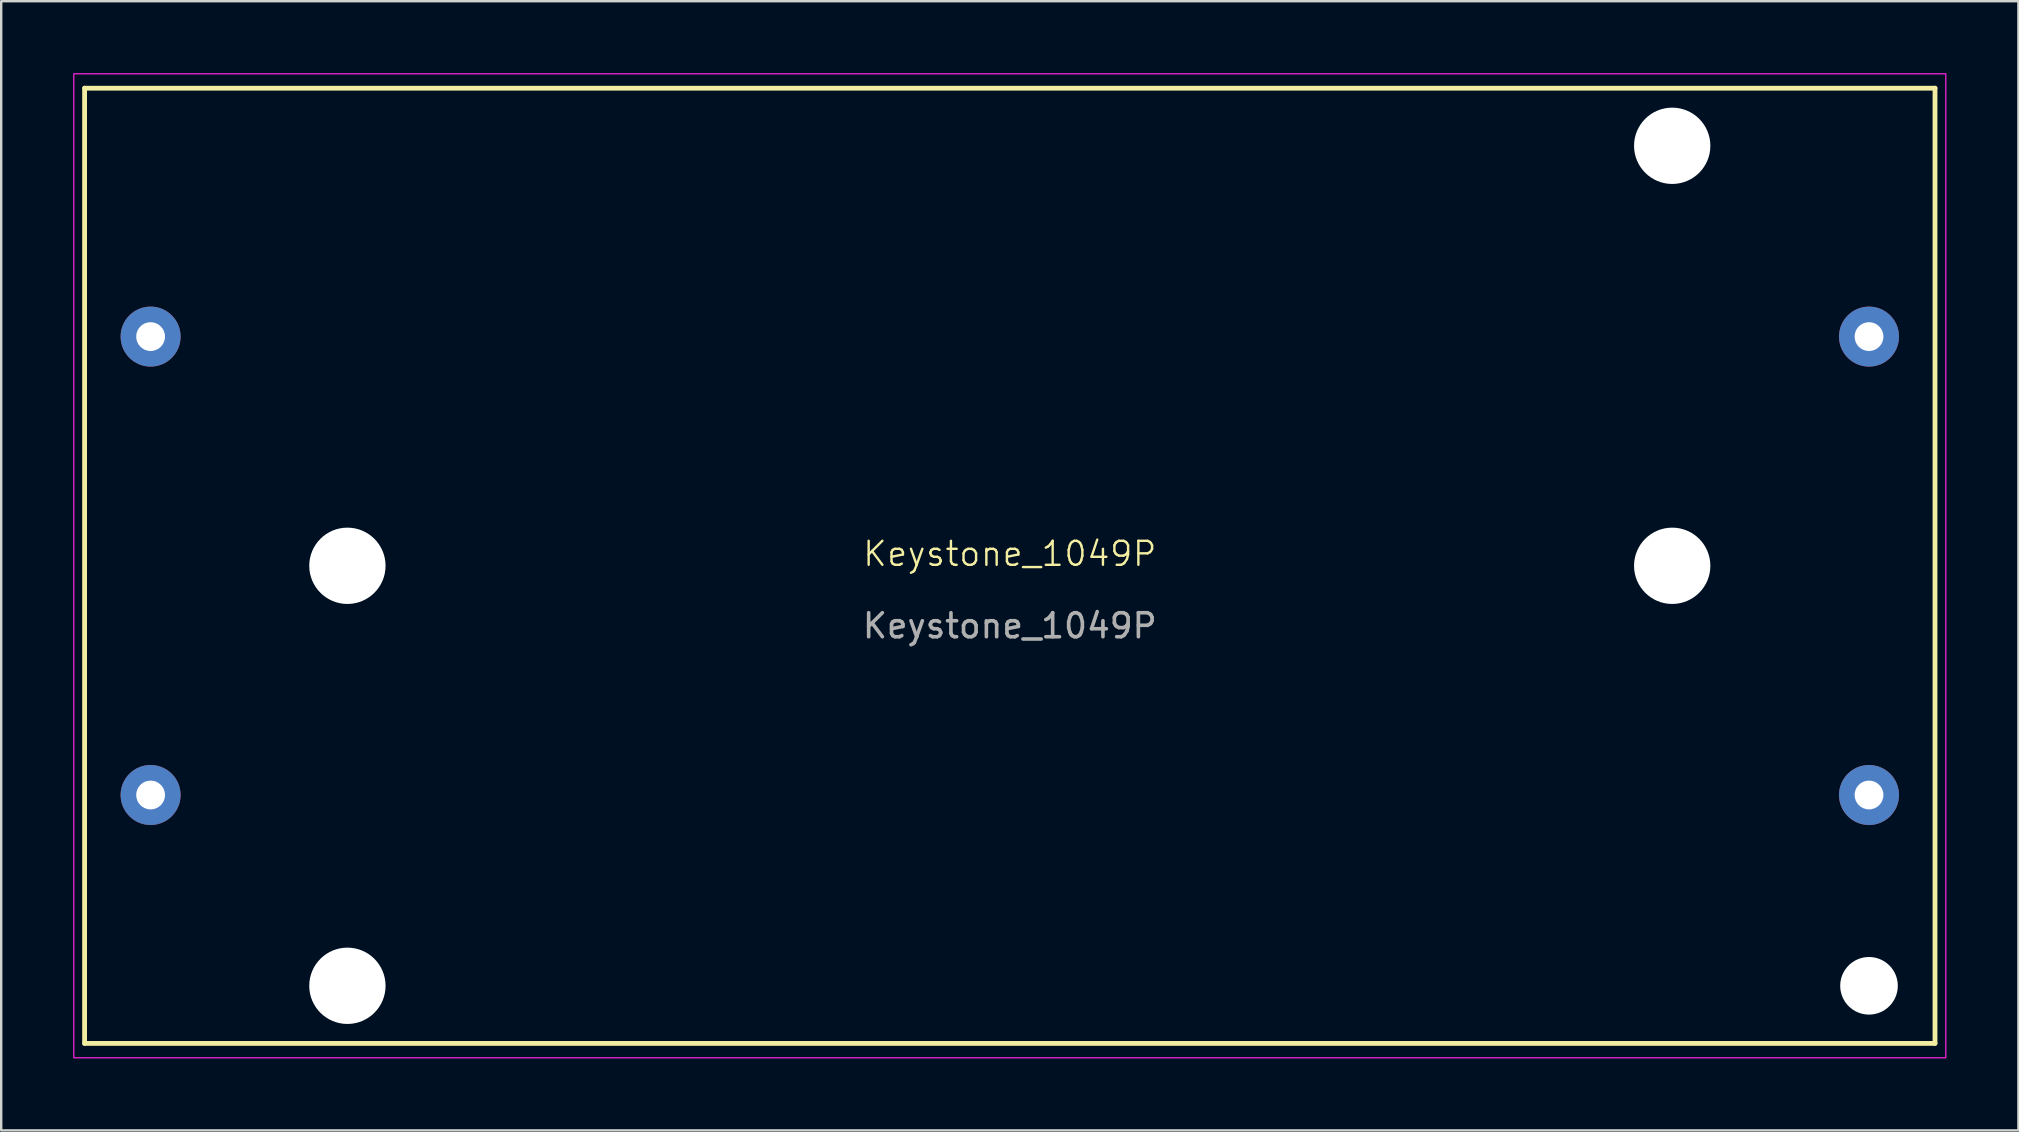
<source format=kicad_pcb>
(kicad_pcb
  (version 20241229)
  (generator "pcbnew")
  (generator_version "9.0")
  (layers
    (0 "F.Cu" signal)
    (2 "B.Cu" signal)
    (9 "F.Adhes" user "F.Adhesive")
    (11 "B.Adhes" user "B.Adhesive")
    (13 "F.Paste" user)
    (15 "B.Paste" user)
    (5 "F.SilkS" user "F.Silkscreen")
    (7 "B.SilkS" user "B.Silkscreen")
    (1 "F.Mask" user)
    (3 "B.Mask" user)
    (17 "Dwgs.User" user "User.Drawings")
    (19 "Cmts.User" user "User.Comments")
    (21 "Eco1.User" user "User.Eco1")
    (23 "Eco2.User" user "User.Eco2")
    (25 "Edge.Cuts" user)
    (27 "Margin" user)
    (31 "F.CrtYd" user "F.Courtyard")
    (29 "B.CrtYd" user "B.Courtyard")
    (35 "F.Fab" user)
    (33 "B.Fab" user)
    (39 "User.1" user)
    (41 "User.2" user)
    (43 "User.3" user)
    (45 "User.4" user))
  (footprint "Keystone_1049P"
    (layer "F.Cu")
    (at 39.025 20.525)
    (property "Reference" "Keystone_1049P" (at 0 -0.5 0) (unlocked yes) (layer "F.SilkS") (effects (font (size 1 1) (thickness 0.1))))
    (attr through_hole)
    (fp_line (start -38.55 -19.9) (end -38.55 19.9) (stroke (width 0.2) (type default)) (layer "F.SilkS"))
    (fp_line (start -38.55 19.9) (end 38.55 19.9) (stroke (width 0.2) (type default)) (layer "F.SilkS"))
    (fp_line (start 38.55 -19.9) (end -38.55 -19.9) (stroke (width 0.2) (type default)) (layer "F.SilkS"))
    (fp_line (start 38.55 19.9) (end 38.55 -19.9) (stroke (width 0.2) (type default)) (layer "F.SilkS"))
    (fp_rect (start -39 -20.5) (end 39 20.5) (stroke (width 0.05) (type default)) (fill no) (layer "F.CrtYd"))
    (fp_text user "${REFERENCE}" (at 0 2.5 0) (unlocked yes) (layer "F.Fab") (effects (font (size 1 1) (thickness 0.15))))
    (pad "" np_thru_hole circle (at -27.6 0) (size 3.18 3.18) (drill 3.18) (layers "*.Cu"))
    (pad "" np_thru_hole circle (at -27.6 17.5) (size 3.18 3.18) (drill 3.45) (layers "*.Cu"))
    (pad "" np_thru_hole circle (at 27.6 -17.5) (size 3.18 3.18) (drill 3.45) (layers "*.Cu"))
    (pad "" np_thru_hole circle (at 27.6 0) (size 3.18 3.18) (drill 3.18) (layers "*.Cu"))
    (pad "" np_thru_hole circle (at 35.8 17.5) (size 2.4 2.4) (drill 2.4) (layers "*.Cu"))
    (pad "1" thru_hole circle (at -35.8 -9.55) (size 2.5 2.5) (drill 1.2) (layers "*.Cu" "B.Mask"))
    (pad "2" thru_hole circle (at 35.8 -9.55) (size 2.5 2.5) (drill 1.2) (layers "*.Cu" "B.Mask"))
    (pad "3" thru_hole circle (at -35.8 9.55) (size 2.5 2.5) (drill 1.2) (layers "*.Cu" "B.Mask"))
    (pad "4" thru_hole circle (at 35.8 9.55) (size 2.5 2.5) (drill 1.2) (layers "*.Cu" "B.Mask")))
  (gr_rect
    (start -3 -3)
    (end 81.05 44.05)
    (stroke (width 0.1) (type default))
    (fill no)
    (layer "Edge.Cuts")))
</source>
